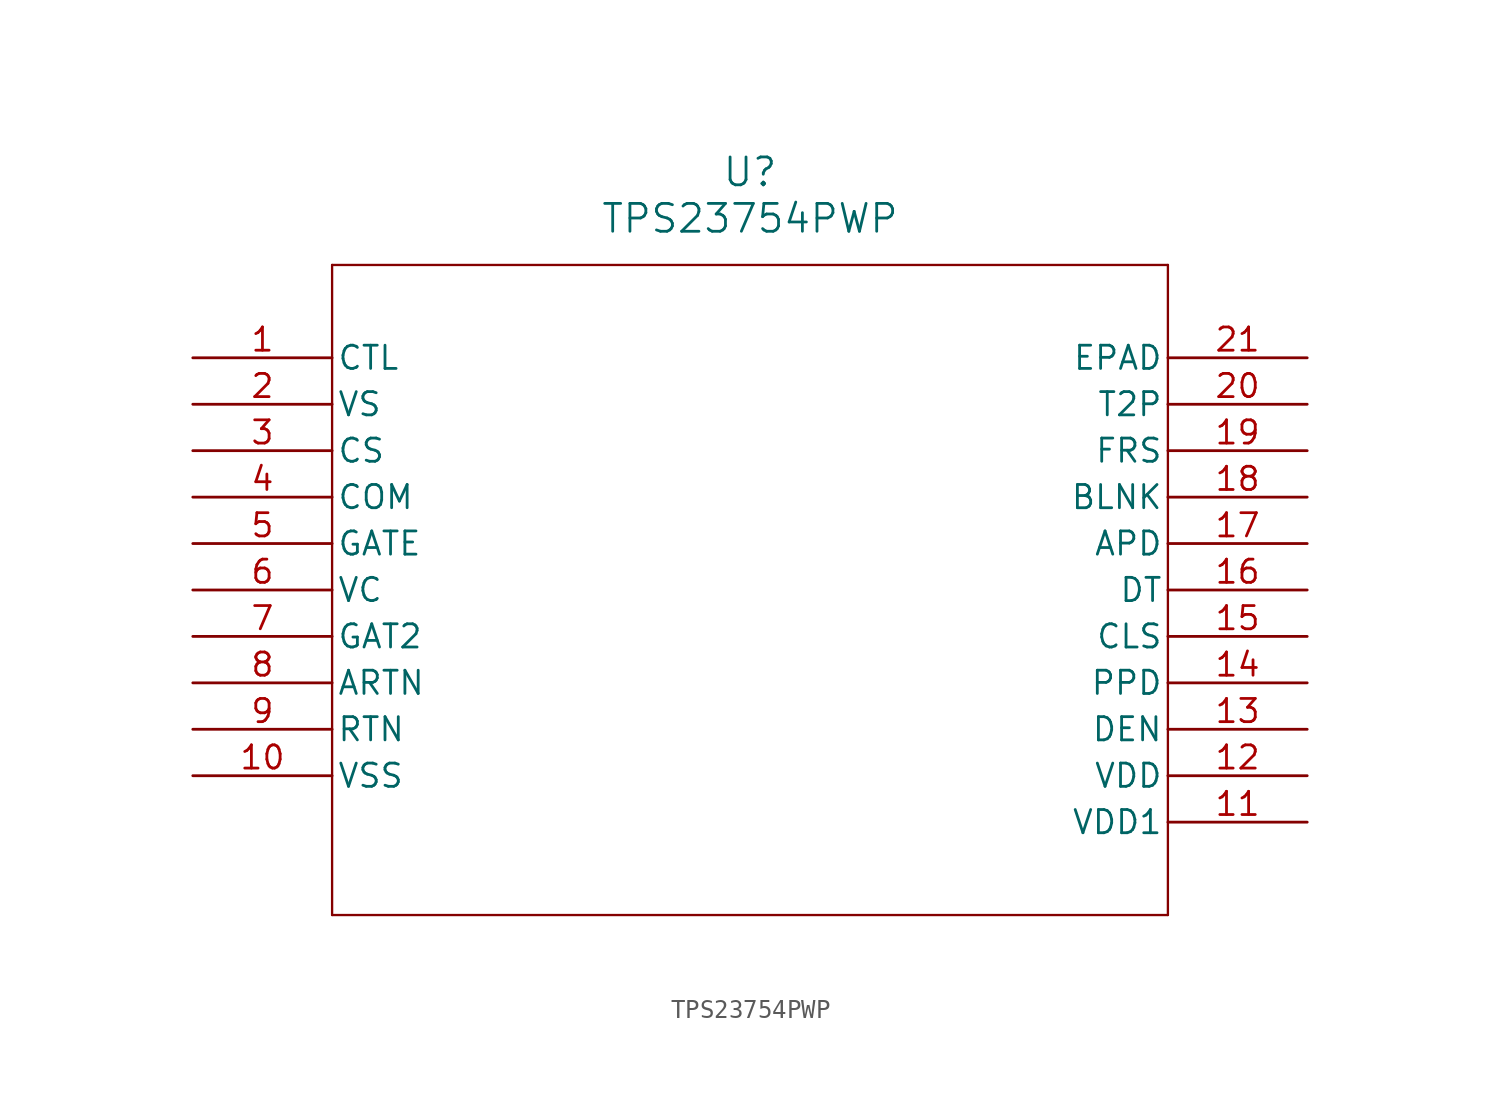
<source format=kicad_sym>
(kicad_symbol_lib
  (version 20211014)
  (generator kicad_symbol_editor)
  (symbol "TPS23754PWP"
    (pin_names
      (offset 0.254))
    (property "Reference" "U"
      (at 30.48 10.16 0)
      (effects (font (size 1.524 1.524))))
    (property "Value" "TPS23754PWP"
      (at 30.48 7.62 0)
      (effects (font (size 1.524 1.524))))
    (symbol "TPS23754PWP_0_1"
      (polyline (pts (xy 7.62 5.08) (xy 7.62 -30.48)) (stroke (width 0.127) (type default) (color 0 0 0 0)) (fill (type none)))
      (polyline (pts (xy 7.62 -30.48) (xy 53.34 -30.48)) (stroke (width 0.127) (type default) (color 0 0 0 0)) (fill (type none)))
      (polyline (pts (xy 53.34 -30.48) (xy 53.34 5.08)) (stroke (width 0.127) (type default) (color 0 0 0 0)) (fill (type none)))
      (polyline (pts (xy 53.34 5.08) (xy 7.62 5.08)) (stroke (width 0.127) (type default) (color 0 0 0 0)) (fill (type none)))
      (pin input line (at 0 0 0) (length 7.62) (name "CTL" (effects (font (size 1.27 1.27)))) (number "1" (effects (font (size 1.27 1.27)))))
      (pin output line (at 0 -2.54 0) (length 7.62) (name "VS" (effects (font (size 1.27 1.27)))) (number "2" (effects (font (size 1.27 1.27)))))
      (pin bidirectional line (at 0 -5.08 0) (length 7.62) (name "CS" (effects (font (size 1.27 1.27)))) (number "3" (effects (font (size 1.27 1.27)))))
      (pin unspecified line (at 0 -7.62 0) (length 7.62) (name "COM" (effects (font (size 1.27 1.27)))) (number "4" (effects (font (size 1.27 1.27)))))
      (pin output line (at 0 -10.16 0) (length 7.62) (name "GATE" (effects (font (size 1.27 1.27)))) (number "5" (effects (font (size 1.27 1.27)))))
      (pin bidirectional line (at 0 -12.7 0) (length 7.62) (name "VC" (effects (font (size 1.27 1.27)))) (number "6" (effects (font (size 1.27 1.27)))))
      (pin output line (at 0 -15.24 0) (length 7.62) (name "GAT2" (effects (font (size 1.27 1.27)))) (number "7" (effects (font (size 1.27 1.27)))))
      (pin unspecified line (at 0 -17.78 0) (length 7.62) (name "ARTN" (effects (font (size 1.27 1.27)))) (number "8" (effects (font (size 1.27 1.27)))))
      (pin unspecified line (at 0 -20.32 0) (length 7.62) (name "RTN" (effects (font (size 1.27 1.27)))) (number "9" (effects (font (size 1.27 1.27)))))
      (pin unspecified line (at 0 -22.86 0) (length 7.62) (name "VSS" (effects (font (size 1.27 1.27)))) (number "10" (effects (font (size 1.27 1.27)))))
      (pin input line (at 60.96 -25.4 180) (length 7.62) (name "VDD1" (effects (font (size 1.27 1.27)))) (number "11" (effects (font (size 1.27 1.27)))))
      (pin input line (at 60.96 -22.86 180) (length 7.62) (name "VDD" (effects (font (size 1.27 1.27)))) (number "12" (effects (font (size 1.27 1.27)))))
      (pin bidirectional line (at 60.96 -20.32 180) (length 7.62) (name "DEN" (effects (font (size 1.27 1.27)))) (number "13" (effects (font (size 1.27 1.27)))))
      (pin unspecified line (at 60.96 -17.78 180) (length 7.62) (name "PPD" (effects (font (size 1.27 1.27)))) (number "14" (effects (font (size 1.27 1.27)))))
      (pin input line (at 60.96 -15.24 180) (length 7.62) (name "CLS" (effects (font (size 1.27 1.27)))) (number "15" (effects (font (size 1.27 1.27)))))
      (pin input line (at 60.96 -12.7 180) (length 7.62) (name "DT" (effects (font (size 1.27 1.27)))) (number "16" (effects (font (size 1.27 1.27)))))
      (pin input line (at 60.96 -10.16 180) (length 7.62) (name "APD" (effects (font (size 1.27 1.27)))) (number "17" (effects (font (size 1.27 1.27)))))
      (pin input line (at 60.96 -7.62 180) (length 7.62) (name "BLNK" (effects (font (size 1.27 1.27)))) (number "18" (effects (font (size 1.27 1.27)))))
      (pin input line (at 60.96 -5.08 180) (length 7.62) (name "FRS" (effects (font (size 1.27 1.27)))) (number "19" (effects (font (size 1.27 1.27)))))
      (pin output line (at 60.96 -2.54 180) (length 7.62) (name "T2P" (effects (font (size 1.27 1.27)))) (number "20" (effects (font (size 1.27 1.27)))))
      (pin unspecified line (at 60.96 0 180) (length 7.62) (name "EPAD" (effects (font (size 1.27 1.27)))) (number "21" (effects (font (size 1.27 1.27))))))))
</source>
